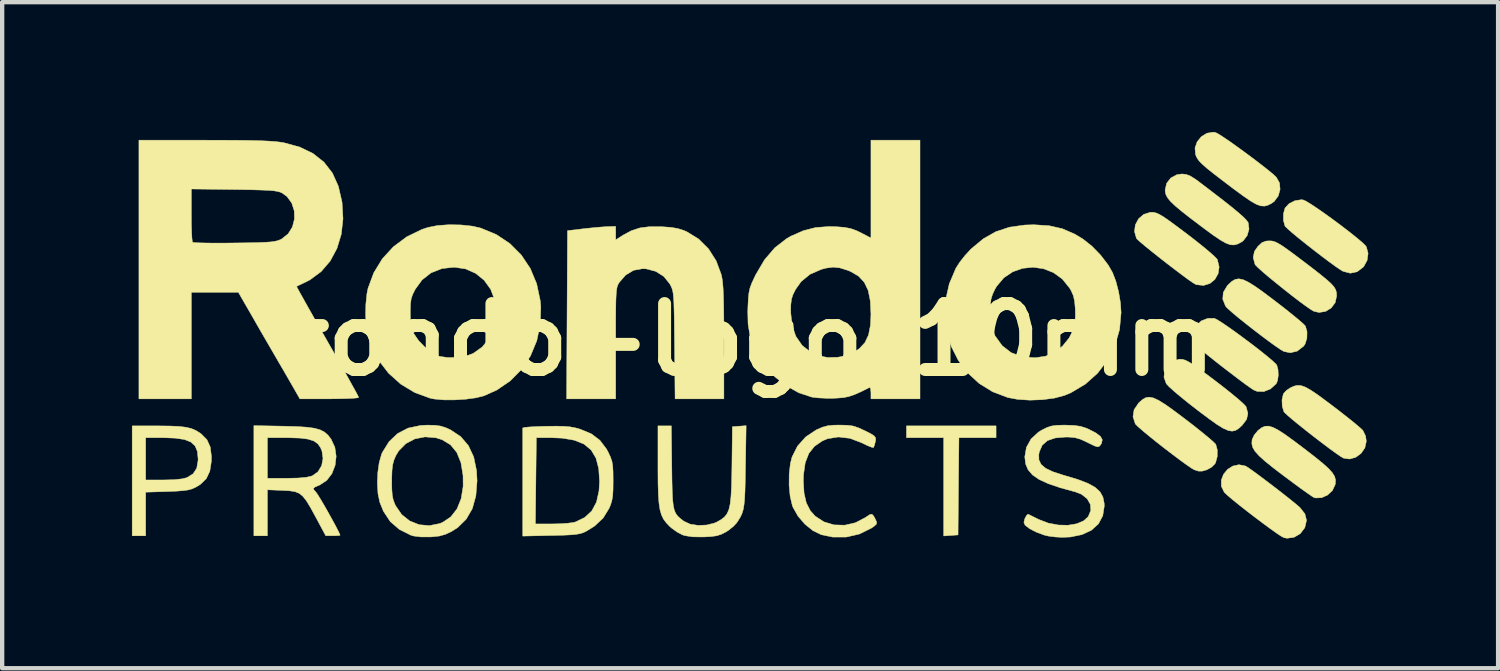
<source format=kicad_pcb>
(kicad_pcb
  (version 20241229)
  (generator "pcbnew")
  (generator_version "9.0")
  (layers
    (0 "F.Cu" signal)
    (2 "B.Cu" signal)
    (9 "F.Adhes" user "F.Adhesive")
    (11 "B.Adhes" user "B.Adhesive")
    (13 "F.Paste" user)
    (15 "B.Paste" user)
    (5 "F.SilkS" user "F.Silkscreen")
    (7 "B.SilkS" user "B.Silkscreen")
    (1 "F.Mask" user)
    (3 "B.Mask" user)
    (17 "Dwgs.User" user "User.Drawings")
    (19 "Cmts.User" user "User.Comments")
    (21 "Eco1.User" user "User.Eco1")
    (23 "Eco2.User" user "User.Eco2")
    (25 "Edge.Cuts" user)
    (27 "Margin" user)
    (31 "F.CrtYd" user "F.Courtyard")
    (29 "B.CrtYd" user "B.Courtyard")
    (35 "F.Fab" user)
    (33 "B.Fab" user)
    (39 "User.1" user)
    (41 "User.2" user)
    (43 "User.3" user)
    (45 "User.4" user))
  (footprint "rondo-logo_10mm"
    (layer "F.Cu")
    (at 14.307 4.801)
    (property "Reference" "rondo-logo_10mm" (at 0 0 0) (layer "F.SilkS") (effects (font (size 1.524 1.524) (thickness 0.3))))
    (attr through_hole)
    (fp_poly (pts (xy 5.666 2.266) (xy 4.808 2.266) (xy 4.797 3.39) (xy 4.787 4.513) (xy 4.455 4.537) (xy 4.455 2.266) (xy 3.595 2.266) (xy 3.595 1.993) (xy 5.666 1.993) (xy 5.666 2.266)) (stroke (width 0.01) (type solid)) (fill yes) (layer "F.SilkS"))
    (fp_poly (pts (xy 10.058 -3.82) (xy 10.155 -3.783) (xy 10.274 -3.709) (xy 10.363 -3.643) (xy 10.673 -3.407) (xy 10.925 -3.213) (xy 11.123 -3.056) (xy 11.274 -2.931) (xy 11.381 -2.836) (xy 11.451 -2.765) (xy 11.489 -2.713) (xy 11.495 -2.701) (xy 11.513 -2.555) (xy 11.47 -2.406) (xy 11.379 -2.286) (xy 11.337 -2.256) (xy 11.25 -2.211) (xy 11.168 -2.189) (xy 11.081 -2.194) (xy 10.979 -2.231) (xy 10.85 -2.304) (xy 10.684 -2.416) (xy 10.472 -2.572) (xy 10.405 -2.622) (xy 10.15 -2.815) (xy 9.953 -2.97) (xy 9.805 -3.094) (xy 9.7 -3.194) (xy 9.632 -3.277) (xy 9.593 -3.349) (xy 9.576 -3.418) (xy 9.574 -3.461) (xy 9.609 -3.615) (xy 9.705 -3.738) (xy 9.845 -3.813) (xy 9.96 -3.83) (xy 10.058 -3.82)) (stroke (width 0.01) (type solid)) (fill yes) (layer "F.SilkS"))
    (fp_poly (pts (xy 9.979 0.456) (xy 10.042 0.475) (xy 10.12 0.514) (xy 10.223 0.579) (xy 10.36 0.675) (xy 10.542 0.808) (xy 10.737 0.955) (xy 10.938 1.11) (xy 11.118 1.254) (xy 11.269 1.379) (xy 11.379 1.478) (xy 11.439 1.541) (xy 11.446 1.552) (xy 11.487 1.705) (xy 11.457 1.843) (xy 11.356 1.977) (xy 11.276 2.051) (xy 11.201 2.098) (xy 11.122 2.115) (xy 11.03 2.099) (xy 10.915 2.048) (xy 10.768 1.957) (xy 10.581 1.823) (xy 10.342 1.644) (xy 10.313 1.621) (xy 10.114 1.467) (xy 9.933 1.32) (xy 9.78 1.192) (xy 9.667 1.089) (xy 9.604 1.022) (xy 9.599 1.015) (xy 9.547 0.866) (xy 9.562 0.718) (xy 9.633 0.588) (xy 9.749 0.493) (xy 9.901 0.452) (xy 9.922 0.451) (xy 9.979 0.456)) (stroke (width 0.01) (type solid)) (fill yes) (layer "F.SilkS"))
    (fp_poly (pts (xy 10.773 -0.464) (xy 10.886 -0.393) (xy 11.036 -0.291) (xy 11.212 -0.166) (xy 11.401 -0.027) (xy 11.592 0.116) (xy 11.772 0.256) (xy 11.931 0.383) (xy 12.056 0.489) (xy 12.135 0.564) (xy 12.155 0.589) (xy 12.183 0.692) (xy 12.189 0.823) (xy 12.172 0.947) (xy 12.142 1.018) (xy 12.008 1.139) (xy 11.855 1.2) (xy 11.702 1.196) (xy 11.625 1.165) (xy 11.548 1.114) (xy 11.427 1.028) (xy 11.275 0.915) (xy 11.103 0.784) (xy 10.921 0.645) (xy 10.742 0.505) (xy 10.577 0.373) (xy 10.438 0.26) (xy 10.335 0.173) (xy 10.281 0.121) (xy 10.276 0.114) (xy 10.243 -0.009) (xy 10.245 -0.159) (xy 10.28 -0.294) (xy 10.299 -0.33) (xy 10.409 -0.434) (xy 10.559 -0.492) (xy 10.708 -0.494) (xy 10.773 -0.464)) (stroke (width 0.01) (type solid)) (fill yes) (layer "F.SilkS"))
    (fp_poly (pts (xy 11.371 -1.388) (xy 11.491 -1.333) (xy 11.643 -1.239) (xy 11.837 -1.102) (xy 12.08 -0.919) (xy 12.13 -0.881) (xy 12.327 -0.729) (xy 12.503 -0.588) (xy 12.65 -0.468) (xy 12.756 -0.376) (xy 12.812 -0.32) (xy 12.817 -0.313) (xy 12.854 -0.182) (xy 12.85 -0.031) (xy 12.808 0.102) (xy 12.774 0.151) (xy 12.626 0.265) (xy 12.467 0.303) (xy 12.32 0.273) (xy 12.248 0.232) (xy 12.13 0.152) (xy 11.977 0.042) (xy 11.802 -0.089) (xy 11.617 -0.231) (xy 11.435 -0.374) (xy 11.266 -0.509) (xy 11.125 -0.627) (xy 11.023 -0.718) (xy 10.971 -0.773) (xy 10.971 -0.773) (xy 10.906 -0.935) (xy 10.918 -1.092) (xy 11.008 -1.244) (xy 11.04 -1.279) (xy 11.118 -1.349) (xy 11.194 -1.393) (xy 11.275 -1.407) (xy 11.371 -1.388)) (stroke (width 0.01) (type solid)) (fill yes) (layer "F.SilkS"))
    (fp_poly (pts (xy 11.428 2.92) (xy 11.454 2.933) (xy 11.519 2.976) (xy 11.633 3.057) (xy 11.782 3.167) (xy 11.953 3.296) (xy 12.133 3.433) (xy 12.308 3.569) (xy 12.466 3.694) (xy 12.594 3.798) (xy 12.678 3.87) (xy 12.688 3.879) (xy 12.804 4.025) (xy 12.842 4.175) (xy 12.805 4.336) (xy 12.799 4.35) (xy 12.697 4.484) (xy 12.554 4.568) (xy 12.394 4.59) (xy 12.321 4.577) (xy 12.26 4.545) (xy 12.151 4.473) (xy 12.005 4.369) (xy 11.834 4.243) (xy 11.65 4.105) (xy 11.464 3.962) (xy 11.29 3.825) (xy 11.137 3.702) (xy 11.02 3.602) (xy 10.948 3.535) (xy 10.939 3.524) (xy 10.873 3.388) (xy 10.872 3.246) (xy 10.923 3.112) (xy 11.016 2.999) (xy 11.139 2.921) (xy 11.28 2.89) (xy 11.428 2.92)) (stroke (width 0.01) (type solid)) (fill yes) (layer "F.SilkS"))
    (fp_poly (pts (xy 12.761 -3.231) (xy 12.828 -3.202) (xy 12.943 -3.132) (xy 13.096 -3.03) (xy 13.274 -2.906) (xy 13.465 -2.768) (xy 13.658 -2.624) (xy 13.84 -2.484) (xy 14 -2.356) (xy 14.126 -2.25) (xy 14.206 -2.173) (xy 14.225 -2.146) (xy 14.265 -1.996) (xy 14.243 -1.834) (xy 14.164 -1.689) (xy 14.156 -1.68) (xy 14.013 -1.57) (xy 13.855 -1.536) (xy 13.689 -1.579) (xy 13.635 -1.61) (xy 13.518 -1.689) (xy 13.368 -1.798) (xy 13.196 -1.927) (xy 13.014 -2.067) (xy 12.833 -2.209) (xy 12.664 -2.344) (xy 12.52 -2.463) (xy 12.412 -2.557) (xy 12.352 -2.616) (xy 12.344 -2.627) (xy 12.308 -2.755) (xy 12.308 -2.908) (xy 12.344 -3.04) (xy 12.346 -3.043) (xy 12.438 -3.143) (xy 12.574 -3.212) (xy 12.723 -3.235) (xy 12.761 -3.231)) (stroke (width 0.01) (type solid)) (fill yes) (layer "F.SilkS"))
    (fp_poly (pts (xy 9.306 -2.943) (xy 9.365 -2.929) (xy 9.434 -2.899) (xy 9.524 -2.847) (xy 9.644 -2.765) (xy 9.803 -2.649) (xy 10.013 -2.492) (xy 10.073 -2.447) (xy 10.273 -2.293) (xy 10.453 -2.149) (xy 10.604 -2.023) (xy 10.714 -1.924) (xy 10.774 -1.861) (xy 10.781 -1.85) (xy 10.822 -1.682) (xy 10.799 -1.526) (xy 10.724 -1.393) (xy 10.608 -1.298) (xy 10.463 -1.253) (xy 10.3 -1.271) (xy 10.277 -1.279) (xy 10.219 -1.314) (xy 10.112 -1.387) (xy 9.97 -1.492) (xy 9.803 -1.618) (xy 9.623 -1.756) (xy 9.441 -1.898) (xy 9.27 -2.034) (xy 9.119 -2.156) (xy 9.002 -2.255) (xy 8.928 -2.322) (xy 8.91 -2.343) (xy 8.866 -2.499) (xy 8.885 -2.655) (xy 8.959 -2.793) (xy 9.076 -2.895) (xy 9.226 -2.943) (xy 9.249 -2.945) (xy 9.306 -2.943)) (stroke (width 0.01) (type solid)) (fill yes) (layer "F.SilkS"))
    (fp_poly (pts (xy 10.74 -4.788) (xy 10.8 -4.757) (xy 10.91 -4.687) (xy 11.058 -4.587) (xy 11.231 -4.464) (xy 11.418 -4.328) (xy 11.607 -4.188) (xy 11.785 -4.052) (xy 11.942 -3.929) (xy 12.065 -3.828) (xy 12.141 -3.757) (xy 12.143 -3.755) (xy 12.217 -3.625) (xy 12.231 -3.473) (xy 12.189 -3.322) (xy 12.095 -3.195) (xy 12.036 -3.152) (xy 11.95 -3.108) (xy 11.869 -3.087) (xy 11.782 -3.093) (xy 11.679 -3.131) (xy 11.55 -3.205) (xy 11.383 -3.319) (xy 11.169 -3.476) (xy 11.108 -3.522) (xy 10.866 -3.706) (xy 10.678 -3.851) (xy 10.538 -3.963) (xy 10.438 -4.051) (xy 10.368 -4.121) (xy 10.323 -4.18) (xy 10.293 -4.237) (xy 10.276 -4.284) (xy 10.264 -4.432) (xy 10.314 -4.574) (xy 10.411 -4.693) (xy 10.54 -4.772) (xy 10.686 -4.796) (xy 10.74 -4.788)) (stroke (width 0.01) (type solid)) (fill yes) (layer "F.SilkS"))
    (fp_poly (pts (xy 12.049 -2.28) (xy 12.113 -2.262) (xy 12.189 -2.225) (xy 12.289 -2.163) (xy 12.423 -2.069) (xy 12.601 -1.937) (xy 12.748 -1.826) (xy 12.991 -1.641) (xy 13.178 -1.494) (xy 13.317 -1.38) (xy 13.415 -1.29) (xy 13.479 -1.217) (xy 13.516 -1.154) (xy 13.533 -1.093) (xy 13.538 -1.026) (xy 13.538 -1.01) (xy 13.504 -0.855) (xy 13.412 -0.732) (xy 13.282 -0.653) (xy 13.131 -0.629) (xy 13.009 -0.657) (xy 12.938 -0.699) (xy 12.822 -0.78) (xy 12.672 -0.89) (xy 12.501 -1.021) (xy 12.32 -1.164) (xy 12.14 -1.309) (xy 11.972 -1.446) (xy 11.829 -1.568) (xy 11.721 -1.665) (xy 11.66 -1.727) (xy 11.652 -1.739) (xy 11.609 -1.899) (xy 11.639 -2.042) (xy 11.719 -2.157) (xy 11.813 -2.244) (xy 11.91 -2.28) (xy 11.989 -2.284) (xy 12.049 -2.28)) (stroke (width 0.01) (type solid)) (fill yes) (layer "F.SilkS"))
    (fp_poly (pts (xy 12.066 2.027) (xy 12.191 2.092) (xy 12.35 2.195) (xy 12.553 2.342) (xy 12.786 2.518) (xy 13.028 2.705) (xy 13.213 2.855) (xy 13.347 2.975) (xy 13.437 3.074) (xy 13.49 3.159) (xy 13.512 3.237) (xy 13.51 3.316) (xy 13.503 3.353) (xy 13.44 3.487) (xy 13.329 3.591) (xy 13.192 3.653) (xy 13.053 3.659) (xy 13.013 3.648) (xy 12.965 3.618) (xy 12.865 3.549) (xy 12.723 3.448) (xy 12.551 3.322) (xy 12.358 3.178) (xy 12.321 3.151) (xy 12.073 2.962) (xy 11.883 2.809) (xy 11.745 2.684) (xy 11.652 2.581) (xy 11.599 2.491) (xy 11.578 2.407) (xy 11.583 2.322) (xy 11.586 2.305) (xy 11.633 2.205) (xy 11.716 2.104) (xy 11.734 2.088) (xy 11.809 2.032) (xy 11.884 2.001) (xy 11.967 1.998) (xy 12.066 2.027)) (stroke (width 0.01) (type solid)) (fill yes) (layer "F.SilkS"))
    (fp_poly (pts (xy 12.714 1.061) (xy 12.811 1.095) (xy 12.932 1.162) (xy 13.088 1.266) (xy 13.288 1.413) (xy 13.444 1.53) (xy 13.641 1.681) (xy 13.82 1.822) (xy 13.971 1.944) (xy 14.083 2.039) (xy 14.144 2.097) (xy 14.147 2.102) (xy 14.207 2.226) (xy 14.224 2.349) (xy 14.191 2.5) (xy 14.103 2.628) (xy 13.98 2.719) (xy 13.837 2.759) (xy 13.696 2.738) (xy 13.63 2.699) (xy 13.517 2.621) (xy 13.368 2.513) (xy 13.197 2.384) (xy 13.014 2.244) (xy 12.831 2.101) (xy 12.66 1.964) (xy 12.512 1.843) (xy 12.399 1.745) (xy 12.332 1.682) (xy 12.32 1.667) (xy 12.281 1.541) (xy 12.275 1.391) (xy 12.304 1.262) (xy 12.31 1.248) (xy 12.373 1.177) (xy 12.465 1.114) (xy 12.551 1.075) (xy 12.63 1.056) (xy 12.714 1.061)) (stroke (width 0.01) (type solid)) (fill yes) (layer "F.SilkS"))
    (fp_poly (pts (xy 9.302 1.347) (xy 9.422 1.402) (xy 9.575 1.497) (xy 9.769 1.635) (xy 10.013 1.818) (xy 10.059 1.853) (xy 10.256 2.005) (xy 10.432 2.146) (xy 10.578 2.266) (xy 10.685 2.359) (xy 10.74 2.414) (xy 10.745 2.421) (xy 10.78 2.549) (xy 10.778 2.703) (xy 10.741 2.84) (xy 10.724 2.871) (xy 10.642 2.951) (xy 10.542 3.006) (xy 10.429 3.039) (xy 10.345 3.039) (xy 10.251 3.009) (xy 10.183 2.97) (xy 10.068 2.891) (xy 9.919 2.783) (xy 9.747 2.654) (xy 9.564 2.514) (xy 9.381 2.371) (xy 9.211 2.234) (xy 9.065 2.113) (xy 8.954 2.017) (xy 8.891 1.955) (xy 8.883 1.943) (xy 8.831 1.78) (xy 8.856 1.62) (xy 8.958 1.468) (xy 8.969 1.456) (xy 9.048 1.386) (xy 9.123 1.342) (xy 9.205 1.328) (xy 9.302 1.347)) (stroke (width 0.01) (type solid)) (fill yes) (layer "F.SilkS"))
    (fp_poly (pts (xy -13.428 1.996) (xy -13.217 2.005) (xy -13.056 2.025) (xy -12.929 2.056) (xy -12.822 2.103) (xy -12.721 2.168) (xy -12.706 2.179) (xy -12.574 2.312) (xy -12.497 2.482) (xy -12.47 2.7) (xy -12.472 2.813) (xy -12.507 3.039) (xy -12.588 3.211) (xy -12.725 3.345) (xy -12.83 3.409) (xy -12.913 3.447) (xy -13.005 3.473) (xy -13.125 3.49) (xy -13.289 3.502) (xy -13.491 3.51) (xy -13.99 3.525) (xy -13.99 4.533) (xy -14.302 4.533) (xy -14.302 2.266) (xy -13.99 2.266) (xy -13.99 3.243) (xy -13.578 3.243) (xy -13.334 3.237) (xy -13.149 3.217) (xy -13.036 3.189) (xy -12.894 3.1) (xy -12.81 2.973) (xy -12.779 2.794) (xy -12.778 2.755) (xy -12.794 2.585) (xy -12.847 2.457) (xy -12.946 2.366) (xy -13.097 2.307) (xy -13.309 2.276) (xy -13.578 2.266) (xy -13.99 2.266) (xy -14.302 2.266) (xy -14.302 1.993) (xy -13.702 1.993) (xy -13.428 1.996)) (stroke (width 0.01) (type solid)) (fill yes) (layer "F.SilkS"))
    (fp_poly (pts (xy -0.126 2.938) (xy -0.131 3.248) (xy -0.137 3.491) (xy -0.146 3.679) (xy -0.16 3.822) (xy -0.18 3.933) (xy -0.208 4.023) (xy -0.246 4.102) (xy -0.296 4.184) (xy -0.328 4.232) (xy -0.406 4.316) (xy -0.52 4.407) (xy -0.579 4.445) (xy -0.686 4.499) (xy -0.793 4.533) (xy -0.929 4.551) (xy -1.091 4.56) (xy -1.338 4.558) (xy -1.52 4.531) (xy -1.582 4.512) (xy -1.706 4.447) (xy -1.837 4.352) (xy -1.884 4.31) (xy -1.961 4.228) (xy -2.022 4.145) (xy -2.068 4.049) (xy -2.102 3.93) (xy -2.125 3.778) (xy -2.139 3.583) (xy -2.147 3.334) (xy -2.149 3.02) (xy -2.149 2.904) (xy -2.149 1.993) (xy -1.84 1.993) (xy -1.829 2.948) (xy -1.825 3.261) (xy -1.819 3.507) (xy -1.81 3.696) (xy -1.794 3.837) (xy -1.771 3.941) (xy -1.736 4.02) (xy -1.689 4.082) (xy -1.627 4.138) (xy -1.55 4.197) (xy -1.406 4.264) (xy -1.22 4.293) (xy -1.021 4.284) (xy -0.837 4.237) (xy -0.784 4.213) (xy -0.687 4.158) (xy -0.611 4.099) (xy -0.553 4.025) (xy -0.51 3.928) (xy -0.48 3.798) (xy -0.461 3.624) (xy -0.449 3.397) (xy -0.442 3.108) (xy -0.439 2.911) (xy -0.429 2.012) (xy -0.27 2) (xy -0.111 1.988) (xy -0.126 2.938)) (stroke (width 0.01) (type solid)) (fill yes) (layer "F.SilkS"))
    (fp_poly (pts (xy -3.126 -2.307) (xy -2.951 -2.418) (xy -2.761 -2.52) (xy -2.566 -2.583) (xy -2.343 -2.612) (xy -2.069 -2.612) (xy -2.063 -2.611) (xy -1.852 -2.596) (xy -1.691 -2.569) (xy -1.55 -2.524) (xy -1.479 -2.493) (xy -1.208 -2.326) (xy -0.98 -2.099) (xy -0.803 -1.821) (xy -0.686 -1.506) (xy -0.669 -1.426) (xy -0.655 -1.325) (xy -0.644 -1.196) (xy -0.636 -1.03) (xy -0.631 -0.818) (xy -0.627 -0.551) (xy -0.626 -0.221) (xy -0.625 0.047) (xy -0.625 1.368) (xy -1.753 1.368) (xy -1.765 0.127) (xy -1.769 -0.217) (xy -1.772 -0.492) (xy -1.777 -0.707) (xy -1.782 -0.871) (xy -1.79 -0.994) (xy -1.8 -1.084) (xy -1.814 -1.151) (xy -1.832 -1.204) (xy -1.855 -1.251) (xy -1.876 -1.29) (xy -2.013 -1.461) (xy -2.201 -1.579) (xy -2.422 -1.637) (xy -2.503 -1.641) (xy -2.711 -1.604) (xy -2.895 -1.494) (xy -3.037 -1.332) (xy -3.062 -1.294) (xy -3.081 -1.255) (xy -3.096 -1.205) (xy -3.107 -1.137) (xy -3.115 -1.041) (xy -3.121 -0.909) (xy -3.124 -0.732) (xy -3.126 -0.502) (xy -3.126 -0.209) (xy -3.126 0.084) (xy -3.126 1.368) (xy -4.26 1.368) (xy -4.24 -2.52) (xy -3.849 -2.566) (xy -3.661 -2.586) (xy -3.483 -2.602) (xy -3.342 -2.612) (xy -3.292 -2.614) (xy -3.126 -2.618) (xy -3.126 -2.307)) (stroke (width 0.01) (type solid)) (fill yes) (layer "F.SilkS"))
    (fp_poly (pts (xy -10.795 2) (xy -10.497 2.008) (xy -10.265 2.023) (xy -10.088 2.047) (xy -9.955 2.085) (xy -9.854 2.138) (xy -9.773 2.211) (xy -9.705 2.298) (xy -9.617 2.488) (xy -9.587 2.696) (xy -9.611 2.904) (xy -9.685 3.096) (xy -9.805 3.253) (xy -9.966 3.359) (xy -9.974 3.362) (xy -10.075 3.405) (xy -10.114 3.436) (xy -10.098 3.476) (xy -10.052 3.527) (xy -10.014 3.581) (xy -9.949 3.686) (xy -9.867 3.825) (xy -9.777 3.983) (xy -9.687 4.145) (xy -9.605 4.295) (xy -9.541 4.419) (xy -9.503 4.499) (xy -9.496 4.521) (xy -9.531 4.528) (xy -9.618 4.532) (xy -9.662 4.532) (xy -9.828 4.532) (xy -10.057 4.105) (xy -10.176 3.887) (xy -10.272 3.728) (xy -10.357 3.62) (xy -10.442 3.551) (xy -10.542 3.512) (xy -10.667 3.493) (xy -10.827 3.484) (xy -11.176 3.47) (xy -11.176 4.533) (xy -11.489 4.533) (xy -11.489 2.266) (xy -11.176 2.266) (xy -11.176 3.204) (xy -10.725 3.204) (xy -10.461 3.198) (xy -10.269 3.18) (xy -10.143 3.149) (xy -10.138 3.147) (xy -10.008 3.054) (xy -9.923 2.913) (xy -9.891 2.746) (xy -9.916 2.571) (xy -9.948 2.496) (xy -10.011 2.406) (xy -10.103 2.342) (xy -10.235 2.299) (xy -10.418 2.275) (xy -10.664 2.267) (xy -10.725 2.266) (xy -11.176 2.266) (xy -11.489 2.266) (xy -11.489 1.987) (xy -10.795 2)) (stroke (width 0.01) (type solid)) (fill yes) (layer "F.SilkS"))
    (fp_poly (pts (xy -4.323 2.003) (xy -4.182 2.015) (xy -4.06 2.038) (xy -3.948 2.069) (xy -3.691 2.175) (xy -3.492 2.325) (xy -3.338 2.528) (xy -3.295 2.609) (xy -3.245 2.717) (xy -3.213 2.812) (xy -3.195 2.917) (xy -3.187 3.055) (xy -3.185 3.246) (xy -3.185 3.263) (xy -3.187 3.467) (xy -3.196 3.614) (xy -3.216 3.728) (xy -3.249 3.83) (xy -3.278 3.898) (xy -3.416 4.123) (xy -3.615 4.309) (xy -3.801 4.425) (xy -3.87 4.458) (xy -3.943 4.482) (xy -4.034 4.499) (xy -4.157 4.511) (xy -4.327 4.519) (xy -4.557 4.525) (xy -4.621 4.526) (xy -5.275 4.54) (xy -5.275 4.259) (xy -4.982 4.259) (xy -4.588 4.259) (xy -4.404 4.255) (xy -4.235 4.243) (xy -4.105 4.226) (xy -4.06 4.215) (xy -3.842 4.11) (xy -3.679 3.959) (xy -3.57 3.756) (xy -3.512 3.498) (xy -3.499 3.282) (xy -3.518 2.981) (xy -3.581 2.739) (xy -3.693 2.551) (xy -3.858 2.414) (xy -4.081 2.324) (xy -4.365 2.276) (xy -4.617 2.266) (xy -4.96 2.266) (xy -4.982 4.259) (xy -5.275 4.259) (xy -5.275 3.305) (xy -5.275 3.002) (xy -5.275 2.724) (xy -5.275 2.481) (xy -5.275 2.282) (xy -5.275 2.137) (xy -5.275 2.056) (xy -5.275 2.042) (xy -5.239 2.03) (xy -5.138 2.019) (xy -4.987 2.01) (xy -4.801 2.003) (xy -4.739 2.002) (xy -4.502 1.999) (xy -4.323 2.003)) (stroke (width 0.01) (type solid)) (fill yes) (layer "F.SilkS"))
    (fp_poly (pts (xy 2.226 1.978) (xy 2.357 1.995) (xy 2.48 2.035) (xy 2.63 2.103) (xy 2.633 2.105) (xy 2.768 2.173) (xy 2.845 2.222) (xy 2.879 2.264) (xy 2.883 2.315) (xy 2.876 2.356) (xy 2.853 2.446) (xy 2.833 2.494) (xy 2.833 2.494) (xy 2.792 2.487) (xy 2.7 2.451) (xy 2.577 2.392) (xy 2.557 2.382) (xy 2.287 2.28) (xy 2.022 2.249) (xy 1.773 2.289) (xy 1.652 2.339) (xy 1.469 2.464) (xy 1.338 2.63) (xy 1.255 2.844) (xy 1.216 3.115) (xy 1.211 3.262) (xy 1.228 3.547) (xy 1.28 3.773) (xy 1.373 3.954) (xy 1.485 4.079) (xy 1.687 4.211) (xy 1.92 4.281) (xy 2.169 4.288) (xy 2.416 4.231) (xy 2.646 4.111) (xy 2.651 4.108) (xy 2.742 4.046) (xy 2.796 4.034) (xy 2.836 4.076) (xy 2.872 4.141) (xy 2.905 4.215) (xy 2.901 4.263) (xy 2.849 4.311) (xy 2.785 4.355) (xy 2.508 4.492) (xy 2.204 4.562) (xy 1.887 4.562) (xy 1.626 4.508) (xy 1.434 4.415) (xy 1.248 4.265) (xy 1.088 4.079) (xy 0.973 3.876) (xy 0.955 3.828) (xy 0.906 3.618) (xy 0.882 3.367) (xy 0.884 3.105) (xy 0.912 2.864) (xy 0.95 2.712) (xy 1.077 2.46) (xy 1.266 2.248) (xy 1.509 2.086) (xy 1.515 2.083) (xy 1.65 2.024) (xy 1.773 1.99) (xy 1.917 1.976) (xy 2.052 1.974) (xy 2.226 1.978)) (stroke (width 0.01) (type solid)) (fill yes) (layer "F.SilkS"))
    (fp_poly (pts (xy -7.306 1.979) (xy -7.173 1.997) (xy -7.052 2.035) (xy -6.943 2.085) (xy -6.708 2.241) (xy -6.53 2.449) (xy -6.408 2.71) (xy -6.343 3.024) (xy -6.33 3.263) (xy -6.358 3.611) (xy -6.44 3.906) (xy -6.58 4.148) (xy -6.777 4.342) (xy -6.92 4.433) (xy -7.062 4.5) (xy -7.203 4.539) (xy -7.377 4.558) (xy -7.423 4.56) (xy -7.634 4.559) (xy -7.803 4.537) (xy -7.859 4.52) (xy -8.127 4.386) (xy -8.337 4.204) (xy -8.495 3.965) (xy -8.579 3.757) (xy -8.62 3.562) (xy -8.635 3.326) (xy -8.632 3.263) (xy -8.303 3.263) (xy -8.3 3.457) (xy -8.29 3.596) (xy -8.268 3.703) (xy -8.23 3.802) (xy -8.212 3.84) (xy -8.072 4.043) (xy -7.886 4.19) (xy -7.668 4.277) (xy -7.432 4.298) (xy -7.192 4.25) (xy -7.124 4.222) (xy -6.937 4.096) (xy -6.793 3.91) (xy -6.697 3.672) (xy -6.652 3.39) (xy -6.654 3.139) (xy -6.703 2.842) (xy -6.799 2.606) (xy -6.944 2.43) (xy -7.139 2.312) (xy -7.28 2.268) (xy -7.532 2.247) (xy -7.768 2.293) (xy -7.975 2.402) (xy -8.14 2.568) (xy -8.208 2.681) (xy -8.253 2.786) (xy -8.281 2.891) (xy -8.296 3.019) (xy -8.302 3.195) (xy -8.303 3.263) (xy -8.632 3.263) (xy -8.625 3.076) (xy -8.592 2.841) (xy -8.537 2.647) (xy -8.522 2.611) (xy -8.365 2.358) (xy -8.166 2.169) (xy -7.924 2.044) (xy -7.636 1.983) (xy -7.483 1.975) (xy -7.306 1.979)) (stroke (width 0.01) (type solid)) (fill yes) (layer "F.SilkS"))
    (fp_poly (pts (xy -6.702 -2.652) (xy -6.438 -2.624) (xy -6.247 -2.58) (xy -5.885 -2.43) (xy -5.57 -2.22) (xy -5.307 -1.956) (xy -5.099 -1.644) (xy -4.952 -1.291) (xy -4.87 -0.902) (xy -4.857 -0.762) (xy -4.869 -0.356) (xy -4.95 0.026) (xy -5.095 0.375) (xy -5.3 0.686) (xy -5.561 0.951) (xy -5.873 1.164) (xy -6.17 1.297) (xy -6.356 1.344) (xy -6.591 1.376) (xy -6.848 1.392) (xy -7.099 1.392) (xy -7.317 1.372) (xy -7.411 1.354) (xy -7.77 1.223) (xy -8.095 1.027) (xy -8.378 0.773) (xy -8.61 0.471) (xy -8.783 0.129) (xy -8.853 -0.083) (xy -8.89 -0.295) (xy -8.906 -0.55) (xy -8.905 -0.625) (xy -7.874 -0.625) (xy -7.869 -0.438) (xy -7.852 -0.304) (xy -7.818 -0.195) (xy -7.787 -0.132) (xy -7.682 0.021) (xy -7.538 0.17) (xy -7.379 0.295) (xy -7.228 0.376) (xy -7.198 0.386) (xy -7.008 0.414) (xy -6.789 0.41) (xy -6.578 0.375) (xy -6.421 0.319) (xy -6.209 0.168) (xy -6.045 -0.037) (xy -5.935 -0.284) (xy -5.887 -0.563) (xy -5.886 -0.625) (xy -5.92 -0.913) (xy -6.016 -1.165) (xy -6.167 -1.374) (xy -6.363 -1.533) (xy -6.597 -1.636) (xy -6.859 -1.675) (xy -7.141 -1.644) (xy -7.143 -1.643) (xy -7.393 -1.545) (xy -7.602 -1.381) (xy -7.759 -1.165) (xy -7.817 -1.05) (xy -7.852 -0.949) (xy -7.869 -0.833) (xy -7.873 -0.674) (xy -7.874 -0.625) (xy -8.905 -0.625) (xy -8.901 -0.816) (xy -8.876 -1.062) (xy -8.85 -1.19) (xy -8.717 -1.547) (xy -8.52 -1.869) (xy -8.264 -2.148) (xy -7.957 -2.377) (xy -7.608 -2.547) (xy -7.466 -2.594) (xy -7.246 -2.638) (xy -6.981 -2.657) (xy -6.702 -2.652)) (stroke (width 0.01) (type solid)) (fill yes) (layer "F.SilkS"))
    (fp_poly (pts (xy 3.908 1.368) (xy 2.774 1.368) (xy 2.774 1.228) (xy 2.767 1.14) (xy 2.75 1.102) (xy 2.745 1.103) (xy 2.544 1.203) (xy 2.39 1.271) (xy 2.263 1.314) (xy 2.141 1.339) (xy 2.003 1.35) (xy 1.915 1.354) (xy 1.735 1.354) (xy 1.56 1.346) (xy 1.425 1.33) (xy 1.407 1.327) (xy 1.109 1.229) (xy 0.817 1.067) (xy 0.548 0.854) (xy 0.319 0.602) (xy 0.17 0.371) (xy 0.05 0.118) (xy -0.026 -0.117) (xy -0.066 -0.361) (xy -0.073 -0.643) (xy -0.073 -0.645) (xy 0.918 -0.645) (xy 0.949 -0.338) (xy 1.038 -0.077) (xy 1.185 0.135) (xy 1.387 0.293) (xy 1.572 0.375) (xy 1.777 0.412) (xy 2.006 0.407) (xy 2.222 0.363) (xy 2.328 0.321) (xy 2.507 0.206) (xy 2.636 0.066) (xy 2.719 -0.111) (xy 2.763 -0.339) (xy 2.774 -0.59) (xy 2.759 -0.896) (xy 2.71 -1.138) (xy 2.621 -1.325) (xy 2.489 -1.467) (xy 2.309 -1.573) (xy 2.245 -1.6) (xy 2.057 -1.659) (xy 1.899 -1.676) (xy 1.735 -1.654) (xy 1.624 -1.624) (xy 1.365 -1.511) (xy 1.161 -1.344) (xy 1.031 -1.161) (xy 0.972 -1.043) (xy 0.937 -0.936) (xy 0.922 -0.811) (xy 0.918 -0.645) (xy -0.073 -0.645) (xy -0.07 -0.748) (xy -0.061 -0.941) (xy -0.046 -1.082) (xy -0.021 -1.197) (xy 0.022 -1.312) (xy 0.088 -1.453) (xy 0.111 -1.501) (xy 0.314 -1.846) (xy 0.55 -2.122) (xy 0.821 -2.333) (xy 0.927 -2.394) (xy 1.214 -2.52) (xy 1.496 -2.592) (xy 1.802 -2.615) (xy 1.968 -2.611) (xy 2.158 -2.596) (xy 2.303 -2.569) (xy 2.435 -2.522) (xy 2.539 -2.472) (xy 2.774 -2.35) (xy 2.774 -4.611) (xy 3.908 -4.611) (xy 3.908 1.368)) (stroke (width 0.01) (type solid)) (fill yes) (layer "F.SilkS"))
    (fp_poly (pts (xy 6.891 -2.634) (xy 7.197 -2.565) (xy 7.485 -2.44) (xy 7.677 -2.324) (xy 7.881 -2.162) (xy 8.082 -1.955) (xy 8.254 -1.731) (xy 8.357 -1.554) (xy 8.434 -1.353) (xy 8.498 -1.109) (xy 8.541 -0.853) (xy 8.556 -0.625) (xy 8.52 -0.232) (xy 8.413 0.138) (xy 8.241 0.477) (xy 8.011 0.777) (xy 7.728 1.029) (xy 7.397 1.226) (xy 7.249 1.288) (xy 7.018 1.35) (xy 6.742 1.387) (xy 6.449 1.398) (xy 6.167 1.38) (xy 5.94 1.338) (xy 5.586 1.204) (xy 5.275 1.012) (xy 5.01 0.768) (xy 4.795 0.482) (xy 4.633 0.162) (xy 4.528 -0.183) (xy 4.482 -0.546) (xy 4.486 -0.625) (xy 5.53 -0.625) (xy 5.533 -0.451) (xy 5.546 -0.327) (xy 5.576 -0.225) (xy 5.627 -0.117) (xy 5.643 -0.088) (xy 5.807 0.139) (xy 6.011 0.298) (xy 6.255 0.391) (xy 6.539 0.417) (xy 6.593 0.415) (xy 6.809 0.382) (xy 6.992 0.308) (xy 7.014 0.295) (xy 7.202 0.149) (xy 7.358 -0.044) (xy 7.462 -0.254) (xy 7.469 -0.274) (xy 7.488 -0.387) (xy 7.499 -0.544) (xy 7.497 -0.71) (xy 7.497 -0.711) (xy 7.482 -0.886) (xy 7.453 -1.016) (xy 7.401 -1.134) (xy 7.364 -1.196) (xy 7.197 -1.402) (xy 6.992 -1.55) (xy 6.762 -1.64) (xy 6.52 -1.674) (xy 6.279 -1.649) (xy 6.05 -1.568) (xy 5.846 -1.431) (xy 5.681 -1.236) (xy 5.638 -1.163) (xy 5.583 -1.045) (xy 5.55 -0.937) (xy 5.534 -0.809) (xy 5.53 -0.633) (xy 5.53 -0.625) (xy 4.486 -0.625) (xy 4.5 -0.917) (xy 4.584 -1.289) (xy 4.736 -1.649) (xy 4.824 -1.787) (xy 4.947 -1.944) (xy 5.08 -2.088) (xy 5.095 -2.103) (xy 5.371 -2.332) (xy 5.66 -2.496) (xy 5.975 -2.6) (xy 6.331 -2.65) (xy 6.543 -2.656) (xy 6.891 -2.634)) (stroke (width 0.01) (type solid)) (fill yes) (layer "F.SilkS"))
    (fp_poly (pts (xy 7.467 1.982) (xy 7.617 2.003) (xy 7.747 2.044) (xy 7.794 2.064) (xy 7.972 2.155) (xy 8.079 2.236) (xy 8.121 2.314) (xy 8.103 2.398) (xy 8.078 2.437) (xy 8.047 2.469) (xy 8.007 2.476) (xy 7.938 2.454) (xy 7.825 2.399) (xy 7.782 2.377) (xy 7.626 2.304) (xy 7.495 2.266) (xy 7.349 2.252) (xy 7.275 2.251) (xy 7.033 2.272) (xy 6.854 2.333) (xy 6.733 2.439) (xy 6.666 2.592) (xy 6.654 2.655) (xy 6.657 2.78) (xy 6.707 2.884) (xy 6.812 2.973) (xy 6.979 3.053) (xy 7.216 3.13) (xy 7.257 3.142) (xy 7.557 3.232) (xy 7.787 3.32) (xy 7.955 3.413) (xy 8.069 3.517) (xy 8.136 3.638) (xy 8.165 3.782) (xy 8.167 3.848) (xy 8.132 4.071) (xy 8.032 4.258) (xy 7.871 4.404) (xy 7.653 4.506) (xy 7.385 4.561) (xy 7.193 4.569) (xy 7.029 4.56) (xy 6.872 4.539) (xy 6.78 4.517) (xy 6.595 4.448) (xy 6.443 4.37) (xy 6.343 4.293) (xy 6.336 4.286) (xy 6.309 4.223) (xy 6.331 4.138) (xy 6.336 4.126) (xy 6.376 4.056) (xy 6.406 4.034) (xy 6.451 4.056) (xy 6.544 4.102) (xy 6.653 4.156) (xy 6.873 4.24) (xy 7.104 4.284) (xy 7.329 4.289) (xy 7.532 4.255) (xy 7.696 4.184) (xy 7.796 4.091) (xy 7.856 3.948) (xy 7.845 3.805) (xy 7.771 3.676) (xy 7.64 3.573) (xy 7.497 3.518) (xy 7.15 3.423) (xy 6.874 3.329) (xy 6.662 3.232) (xy 6.509 3.127) (xy 6.407 3.009) (xy 6.35 2.875) (xy 6.331 2.718) (xy 6.33 2.707) (xy 6.368 2.488) (xy 6.475 2.295) (xy 6.646 2.137) (xy 6.721 2.091) (xy 6.839 2.032) (xy 6.942 1.997) (xy 7.059 1.98) (xy 7.219 1.975) (xy 7.268 1.975) (xy 7.467 1.982)) (stroke (width 0.01) (type solid)) (fill yes) (layer "F.SilkS"))
    (fp_poly (pts (xy -12.202 -4.61) (xy -11.849 -4.608) (xy -11.559 -4.604) (xy -11.324 -4.598) (xy -11.135 -4.589) (xy -10.986 -4.578) (xy -10.868 -4.564) (xy -10.805 -4.554) (xy -10.432 -4.453) (xy -10.121 -4.303) (xy -9.869 -4.103) (xy -9.674 -3.852) (xy -9.536 -3.546) (xy -9.453 -3.186) (xy -9.451 -3.174) (xy -9.429 -2.794) (xy -9.469 -2.436) (xy -9.569 -2.108) (xy -9.725 -1.818) (xy -9.933 -1.575) (xy -10.189 -1.385) (xy -10.277 -1.339) (xy -10.392 -1.284) (xy -10.473 -1.245) (xy -10.502 -1.23) (xy -10.485 -1.196) (xy -10.434 -1.102) (xy -10.352 -0.955) (xy -10.244 -0.762) (xy -10.114 -0.532) (xy -9.966 -0.271) (xy -9.804 0.012) (xy -9.789 0.039) (xy -9.625 0.326) (xy -9.475 0.591) (xy -9.341 0.828) (xy -9.23 1.029) (xy -9.143 1.185) (xy -9.088 1.289) (xy -9.066 1.334) (xy -9.066 1.335) (xy -9.103 1.346) (xy -9.205 1.355) (xy -9.361 1.362) (xy -9.557 1.366) (xy -9.746 1.368) (xy -10.426 1.368) (xy -10.543 1.163) (xy -10.609 1.048) (xy -10.702 0.887) (xy -10.809 0.701) (xy -10.92 0.512) (xy -10.922 0.508) (xy -11.038 0.308) (xy -11.178 0.067) (xy -11.327 -0.19) (xy -11.469 -0.437) (xy -11.515 -0.518) (xy -11.847 -1.094) (xy -12.934 -1.094) (xy -12.934 1.368) (xy -14.146 1.368) (xy -14.146 -2.881) (xy -12.934 -2.881) (xy -12.933 -2.671) (xy -12.928 -2.49) (xy -12.921 -2.35) (xy -12.911 -2.267) (xy -12.906 -2.251) (xy -12.86 -2.244) (xy -12.748 -2.238) (xy -12.579 -2.234) (xy -12.366 -2.232) (xy -12.119 -2.233) (xy -11.939 -2.235) (xy -11.64 -2.239) (xy -11.408 -2.244) (xy -11.233 -2.251) (xy -11.104 -2.259) (xy -11.01 -2.272) (xy -10.939 -2.288) (xy -10.882 -2.31) (xy -10.847 -2.327) (xy -10.697 -2.446) (xy -10.598 -2.605) (xy -10.551 -2.789) (xy -10.556 -2.978) (xy -10.613 -3.157) (xy -10.723 -3.308) (xy -10.832 -3.388) (xy -10.881 -3.41) (xy -10.943 -3.427) (xy -11.028 -3.441) (xy -11.147 -3.451) (xy -11.309 -3.458) (xy -11.525 -3.464) (xy -11.805 -3.469) (xy -11.948 -3.471) (xy -12.934 -3.483) (xy -12.934 -2.881) (xy -14.146 -2.881) (xy -14.146 -4.611) (xy -12.625 -4.611) (xy -12.202 -4.61)) (stroke (width 0.01) (type solid)) (fill yes) (layer "F.SilkS")))
  (gr_rect
    (start -3 -3)
    (end 31.577 12.396)
    (stroke (width 0.1) (type default))
    (fill no)
    (layer "Edge.Cuts")))
</source>
